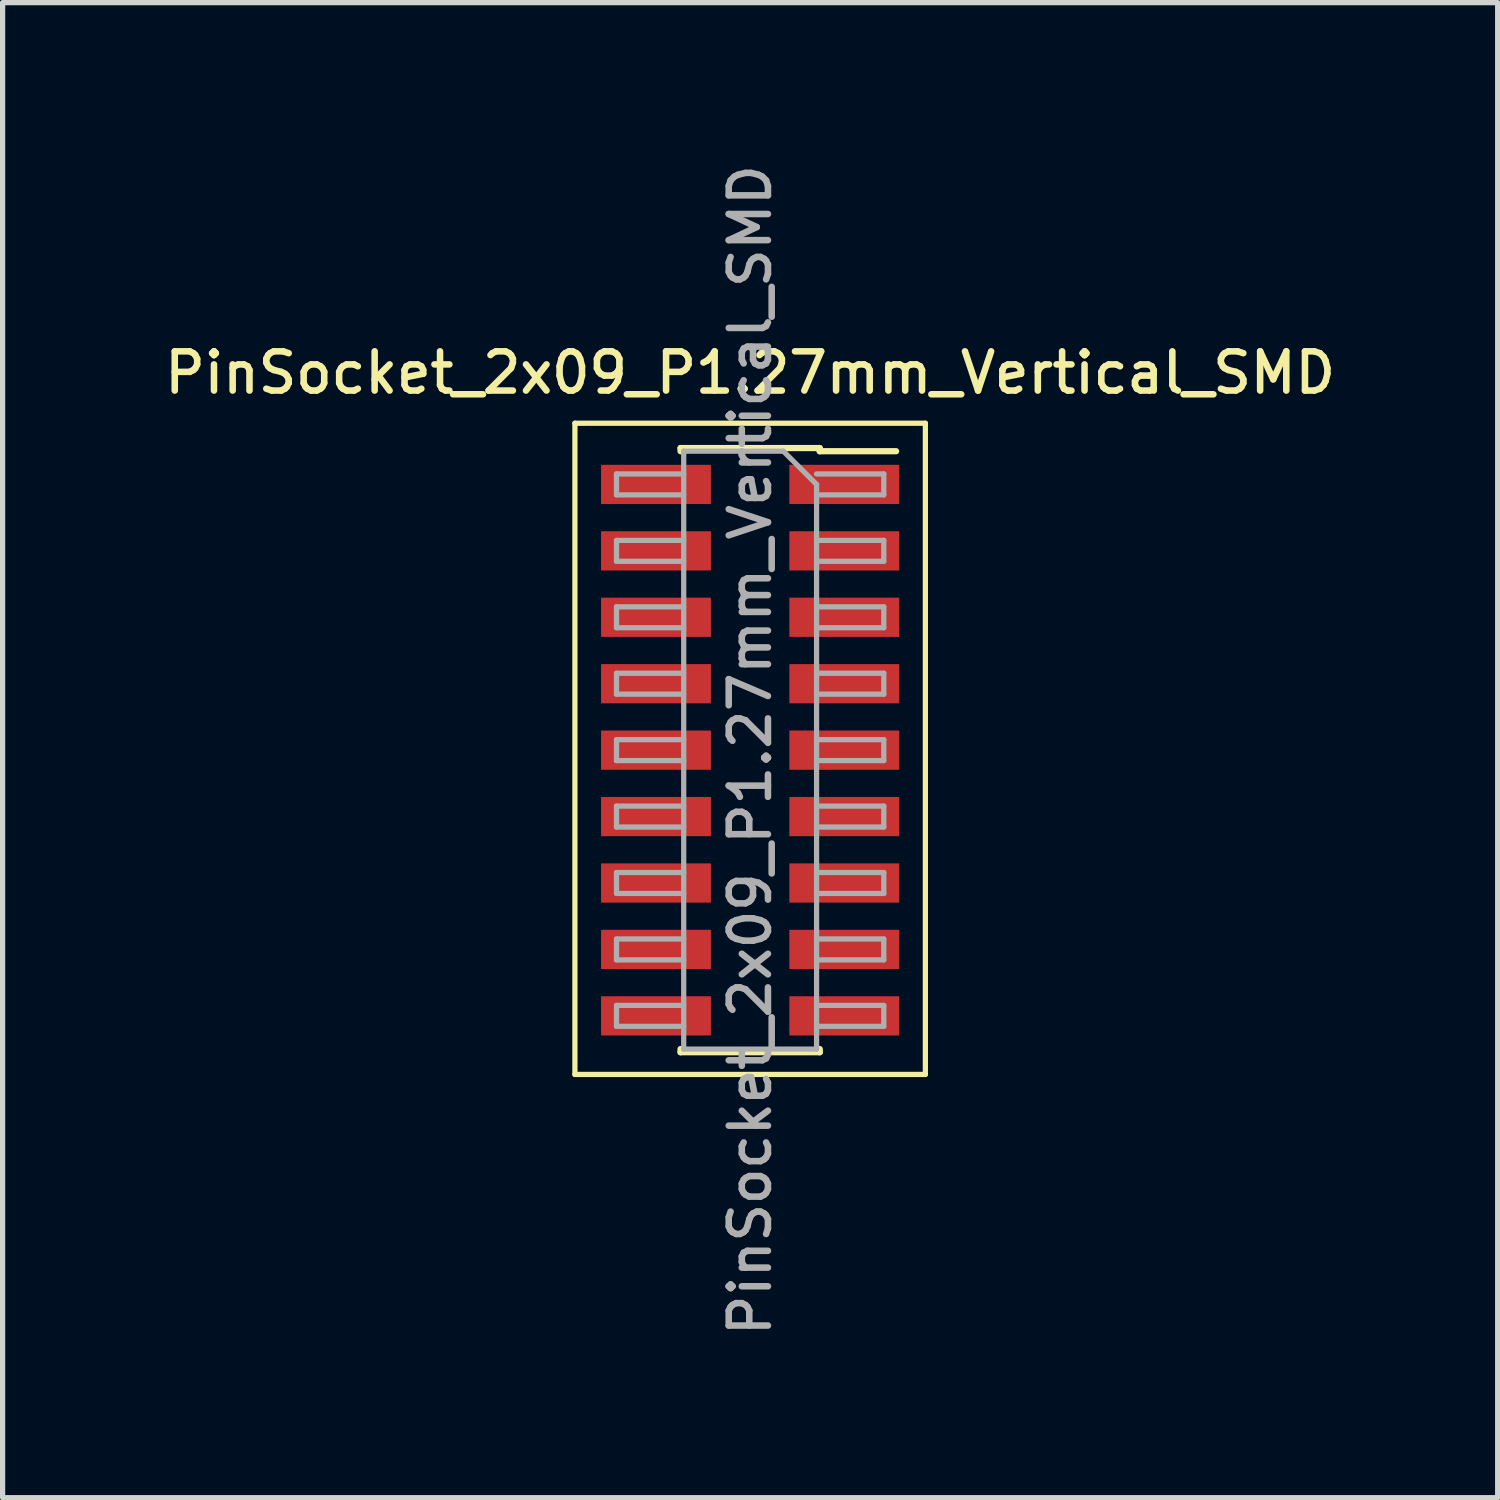
<source format=kicad_pcb>
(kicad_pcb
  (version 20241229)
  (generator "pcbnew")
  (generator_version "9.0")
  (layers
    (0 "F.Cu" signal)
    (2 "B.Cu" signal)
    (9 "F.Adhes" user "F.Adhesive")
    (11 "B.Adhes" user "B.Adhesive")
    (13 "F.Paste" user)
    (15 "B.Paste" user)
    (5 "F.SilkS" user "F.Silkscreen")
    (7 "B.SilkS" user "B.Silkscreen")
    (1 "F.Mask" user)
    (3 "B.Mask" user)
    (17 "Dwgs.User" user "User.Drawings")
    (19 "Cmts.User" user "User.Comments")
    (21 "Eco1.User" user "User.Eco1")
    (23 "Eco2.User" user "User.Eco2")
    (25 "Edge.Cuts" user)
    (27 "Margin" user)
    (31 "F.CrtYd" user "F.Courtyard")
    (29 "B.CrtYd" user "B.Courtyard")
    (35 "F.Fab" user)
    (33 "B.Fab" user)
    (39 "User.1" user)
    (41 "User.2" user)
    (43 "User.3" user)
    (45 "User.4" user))
  (footprint "PinSocket_2x09_P1.27mm_Vertical_SMD"
    (layer "F.Cu")
    (at 11.291 11.291)
    (property "Reference" "PinSocket_2x09_P1.27mm_Vertical_SMD" (at 0 -7.215 0) (layer "F.SilkS") (effects (font (size 0.75 0.75) (thickness 0.125))))
    (attr smd)
    (fp_line (start -3.35 -6.25) (end 3.35 -6.25) (stroke (width 0.1) (type solid)) (layer "F.SilkS"))
    (fp_line (start -3.35 6.2) (end -3.35 -6.25) (stroke (width 0.1) (type solid)) (layer "F.SilkS"))
    (fp_line (start -1.33 -5.775) (end -1.33 -5.715) (stroke (width 0.12) (type solid)) (layer "F.SilkS"))
    (fp_line (start -1.33 -5.775) (end 1.33 -5.775) (stroke (width 0.12) (type solid)) (layer "F.SilkS"))
    (fp_line (start -1.33 5.715) (end -1.33 5.775) (stroke (width 0.12) (type solid)) (layer "F.SilkS"))
    (fp_line (start -1.33 5.775) (end 1.33 5.775) (stroke (width 0.12) (type solid)) (layer "F.SilkS"))
    (fp_line (start 1.33 -5.775) (end 1.33 -5.715) (stroke (width 0.12) (type solid)) (layer "F.SilkS"))
    (fp_line (start 1.33 -5.715) (end 2.79 -5.715) (stroke (width 0.12) (type solid)) (layer "F.SilkS"))
    (fp_line (start 1.33 5.715) (end 1.33 5.775) (stroke (width 0.12) (type solid)) (layer "F.SilkS"))
    (fp_line (start 3.35 -6.25) (end 3.35 6.2) (stroke (width 0.1) (type solid)) (layer "F.SilkS"))
    (fp_line (start 3.35 6.2) (end -3.35 6.2) (stroke (width 0.1) (type solid)) (layer "F.SilkS"))
    (fp_line (start -2.555 -5.28) (end -1.27 -5.28) (stroke (width 0.1) (type solid)) (layer "F.Fab"))
    (fp_line (start -2.555 -4.88) (end -2.555 -5.28) (stroke (width 0.1) (type solid)) (layer "F.Fab"))
    (fp_line (start -2.555 -4.01) (end -1.27 -4.01) (stroke (width 0.1) (type solid)) (layer "F.Fab"))
    (fp_line (start -2.555 -3.61) (end -2.555 -4.01) (stroke (width 0.1) (type solid)) (layer "F.Fab"))
    (fp_line (start -2.555 -2.74) (end -1.27 -2.74) (stroke (width 0.1) (type solid)) (layer "F.Fab"))
    (fp_line (start -2.555 -2.34) (end -2.555 -2.74) (stroke (width 0.1) (type solid)) (layer "F.Fab"))
    (fp_line (start -2.555 -1.47) (end -1.27 -1.47) (stroke (width 0.1) (type solid)) (layer "F.Fab"))
    (fp_line (start -2.555 -1.07) (end -2.555 -1.47) (stroke (width 0.1) (type solid)) (layer "F.Fab"))
    (fp_line (start -2.555 -0.2) (end -1.27 -0.2) (stroke (width 0.1) (type solid)) (layer "F.Fab"))
    (fp_line (start -2.555 0.2) (end -2.555 -0.2) (stroke (width 0.1) (type solid)) (layer "F.Fab"))
    (fp_line (start -2.555 1.07) (end -1.27 1.07) (stroke (width 0.1) (type solid)) (layer "F.Fab"))
    (fp_line (start -2.555 1.47) (end -2.555 1.07) (stroke (width 0.1) (type solid)) (layer "F.Fab"))
    (fp_line (start -2.555 2.34) (end -1.27 2.34) (stroke (width 0.1) (type solid)) (layer "F.Fab"))
    (fp_line (start -2.555 2.74) (end -2.555 2.34) (stroke (width 0.1) (type solid)) (layer "F.Fab"))
    (fp_line (start -2.555 3.61) (end -1.27 3.61) (stroke (width 0.1) (type solid)) (layer "F.Fab"))
    (fp_line (start -2.555 4.01) (end -2.555 3.61) (stroke (width 0.1) (type solid)) (layer "F.Fab"))
    (fp_line (start -2.555 4.88) (end -1.27 4.88) (stroke (width 0.1) (type solid)) (layer "F.Fab"))
    (fp_line (start -2.555 5.28) (end -2.555 4.88) (stroke (width 0.1) (type solid)) (layer "F.Fab"))
    (fp_line (start -1.27 -5.715) (end 0.635 -5.715) (stroke (width 0.1) (type solid)) (layer "F.Fab"))
    (fp_line (start -1.27 -4.88) (end -2.555 -4.88) (stroke (width 0.1) (type solid)) (layer "F.Fab"))
    (fp_line (start -1.27 -3.61) (end -2.555 -3.61) (stroke (width 0.1) (type solid)) (layer "F.Fab"))
    (fp_line (start -1.27 -2.34) (end -2.555 -2.34) (stroke (width 0.1) (type solid)) (layer "F.Fab"))
    (fp_line (start -1.27 -1.07) (end -2.555 -1.07) (stroke (width 0.1) (type solid)) (layer "F.Fab"))
    (fp_line (start -1.27 0.2) (end -2.555 0.2) (stroke (width 0.1) (type solid)) (layer "F.Fab"))
    (fp_line (start -1.27 1.47) (end -2.555 1.47) (stroke (width 0.1) (type solid)) (layer "F.Fab"))
    (fp_line (start -1.27 2.74) (end -2.555 2.74) (stroke (width 0.1) (type solid)) (layer "F.Fab"))
    (fp_line (start -1.27 4.01) (end -2.555 4.01) (stroke (width 0.1) (type solid)) (layer "F.Fab"))
    (fp_line (start -1.27 5.28) (end -2.555 5.28) (stroke (width 0.1) (type solid)) (layer "F.Fab"))
    (fp_line (start -1.27 5.715) (end -1.27 -5.715) (stroke (width 0.1) (type solid)) (layer "F.Fab"))
    (fp_line (start 0.635 -5.715) (end 1.27 -5.08) (stroke (width 0.1) (type solid)) (layer "F.Fab"))
    (fp_line (start 1.27 -5.28) (end 2.555 -5.28) (stroke (width 0.1) (type solid)) (layer "F.Fab"))
    (fp_line (start 1.27 -5.08) (end 1.27 5.715) (stroke (width 0.1) (type solid)) (layer "F.Fab"))
    (fp_line (start 1.27 -4.01) (end 2.555 -4.01) (stroke (width 0.1) (type solid)) (layer "F.Fab"))
    (fp_line (start 1.27 -2.74) (end 2.555 -2.74) (stroke (width 0.1) (type solid)) (layer "F.Fab"))
    (fp_line (start 1.27 -1.47) (end 2.555 -1.47) (stroke (width 0.1) (type solid)) (layer "F.Fab"))
    (fp_line (start 1.27 -0.2) (end 2.555 -0.2) (stroke (width 0.1) (type solid)) (layer "F.Fab"))
    (fp_line (start 1.27 1.07) (end 2.555 1.07) (stroke (width 0.1) (type solid)) (layer "F.Fab"))
    (fp_line (start 1.27 2.34) (end 2.555 2.34) (stroke (width 0.1) (type solid)) (layer "F.Fab"))
    (fp_line (start 1.27 3.61) (end 2.555 3.61) (stroke (width 0.1) (type solid)) (layer "F.Fab"))
    (fp_line (start 1.27 4.88) (end 2.555 4.88) (stroke (width 0.1) (type solid)) (layer "F.Fab"))
    (fp_line (start 1.27 5.715) (end -1.27 5.715) (stroke (width 0.1) (type solid)) (layer "F.Fab"))
    (fp_line (start 2.555 -5.28) (end 2.555 -4.88) (stroke (width 0.1) (type solid)) (layer "F.Fab"))
    (fp_line (start 2.555 -4.88) (end 1.27 -4.88) (stroke (width 0.1) (type solid)) (layer "F.Fab"))
    (fp_line (start 2.555 -4.01) (end 2.555 -3.61) (stroke (width 0.1) (type solid)) (layer "F.Fab"))
    (fp_line (start 2.555 -3.61) (end 1.27 -3.61) (stroke (width 0.1) (type solid)) (layer "F.Fab"))
    (fp_line (start 2.555 -2.74) (end 2.555 -2.34) (stroke (width 0.1) (type solid)) (layer "F.Fab"))
    (fp_line (start 2.555 -2.34) (end 1.27 -2.34) (stroke (width 0.1) (type solid)) (layer "F.Fab"))
    (fp_line (start 2.555 -1.47) (end 2.555 -1.07) (stroke (width 0.1) (type solid)) (layer "F.Fab"))
    (fp_line (start 2.555 -1.07) (end 1.27 -1.07) (stroke (width 0.1) (type solid)) (layer "F.Fab"))
    (fp_line (start 2.555 -0.2) (end 2.555 0.2) (stroke (width 0.1) (type solid)) (layer "F.Fab"))
    (fp_line (start 2.555 0.2) (end 1.27 0.2) (stroke (width 0.1) (type solid)) (layer "F.Fab"))
    (fp_line (start 2.555 1.07) (end 2.555 1.47) (stroke (width 0.1) (type solid)) (layer "F.Fab"))
    (fp_line (start 2.555 1.47) (end 1.27 1.47) (stroke (width 0.1) (type solid)) (layer "F.Fab"))
    (fp_line (start 2.555 2.34) (end 2.555 2.74) (stroke (width 0.1) (type solid)) (layer "F.Fab"))
    (fp_line (start 2.555 2.74) (end 1.27 2.74) (stroke (width 0.1) (type solid)) (layer "F.Fab"))
    (fp_line (start 2.555 3.61) (end 2.555 4.01) (stroke (width 0.1) (type solid)) (layer "F.Fab"))
    (fp_line (start 2.555 4.01) (end 1.27 4.01) (stroke (width 0.1) (type solid)) (layer "F.Fab"))
    (fp_line (start 2.555 4.88) (end 2.555 5.28) (stroke (width 0.1) (type solid)) (layer "F.Fab"))
    (fp_line (start 2.555 5.28) (end 1.27 5.28) (stroke (width 0.1) (type solid)) (layer "F.Fab"))
    (fp_text user "${REFERENCE}" (at 0 0 90) (layer "F.Fab") (effects (font (size 0.75 0.75) (thickness 0.125))))
    (pad "1" smd rect (at 1.8 -5.08) (size 2.1 0.75) (layers "F.Cu" "F.Mask" "F.Paste"))
    (pad "2" smd rect (at -1.8 -5.08) (size 2.1 0.75) (layers "F.Cu" "F.Mask" "F.Paste"))
    (pad "3" smd rect (at 1.8 -3.81) (size 2.1 0.75) (layers "F.Cu" "F.Mask" "F.Paste"))
    (pad "4" smd rect (at -1.8 -3.81) (size 2.1 0.75) (layers "F.Cu" "F.Mask" "F.Paste"))
    (pad "5" smd rect (at 1.8 -2.54) (size 2.1 0.75) (layers "F.Cu" "F.Mask" "F.Paste"))
    (pad "6" smd rect (at -1.8 -2.54) (size 2.1 0.75) (layers "F.Cu" "F.Mask" "F.Paste"))
    (pad "7" smd rect (at 1.8 -1.27) (size 2.1 0.75) (layers "F.Cu" "F.Mask" "F.Paste"))
    (pad "8" smd rect (at -1.8 -1.27) (size 2.1 0.75) (layers "F.Cu" "F.Mask" "F.Paste"))
    (pad "9" smd rect (at 1.8 0) (size 2.1 0.75) (layers "F.Cu" "F.Mask" "F.Paste"))
    (pad "10" smd rect (at -1.8 0) (size 2.1 0.75) (layers "F.Cu" "F.Mask" "F.Paste"))
    (pad "11" smd rect (at 1.8 1.27) (size 2.1 0.75) (layers "F.Cu" "F.Mask" "F.Paste"))
    (pad "12" smd rect (at -1.8 1.27) (size 2.1 0.75) (layers "F.Cu" "F.Mask" "F.Paste"))
    (pad "13" smd rect (at 1.8 2.54) (size 2.1 0.75) (layers "F.Cu" "F.Mask" "F.Paste"))
    (pad "14" smd rect (at -1.8 2.54) (size 2.1 0.75) (layers "F.Cu" "F.Mask" "F.Paste"))
    (pad "15" smd rect (at 1.8 3.81) (size 2.1 0.75) (layers "F.Cu" "F.Mask" "F.Paste"))
    (pad "16" smd rect (at -1.8 3.81) (size 2.1 0.75) (layers "F.Cu" "F.Mask" "F.Paste"))
    (pad "17" smd rect (at 1.8 5.08) (size 2.1 0.75) (layers "F.Cu" "F.Mask" "F.Paste"))
    (pad "18" smd rect (at -1.8 5.08) (size 2.1 0.75) (layers "F.Cu" "F.Mask" "F.Paste")))
  (gr_rect
    (start -3 -3)
    (end 25.582 25.582)
    (stroke (width 0.1) (type default))
    (fill no)
    (layer "Edge.Cuts")))
</source>
